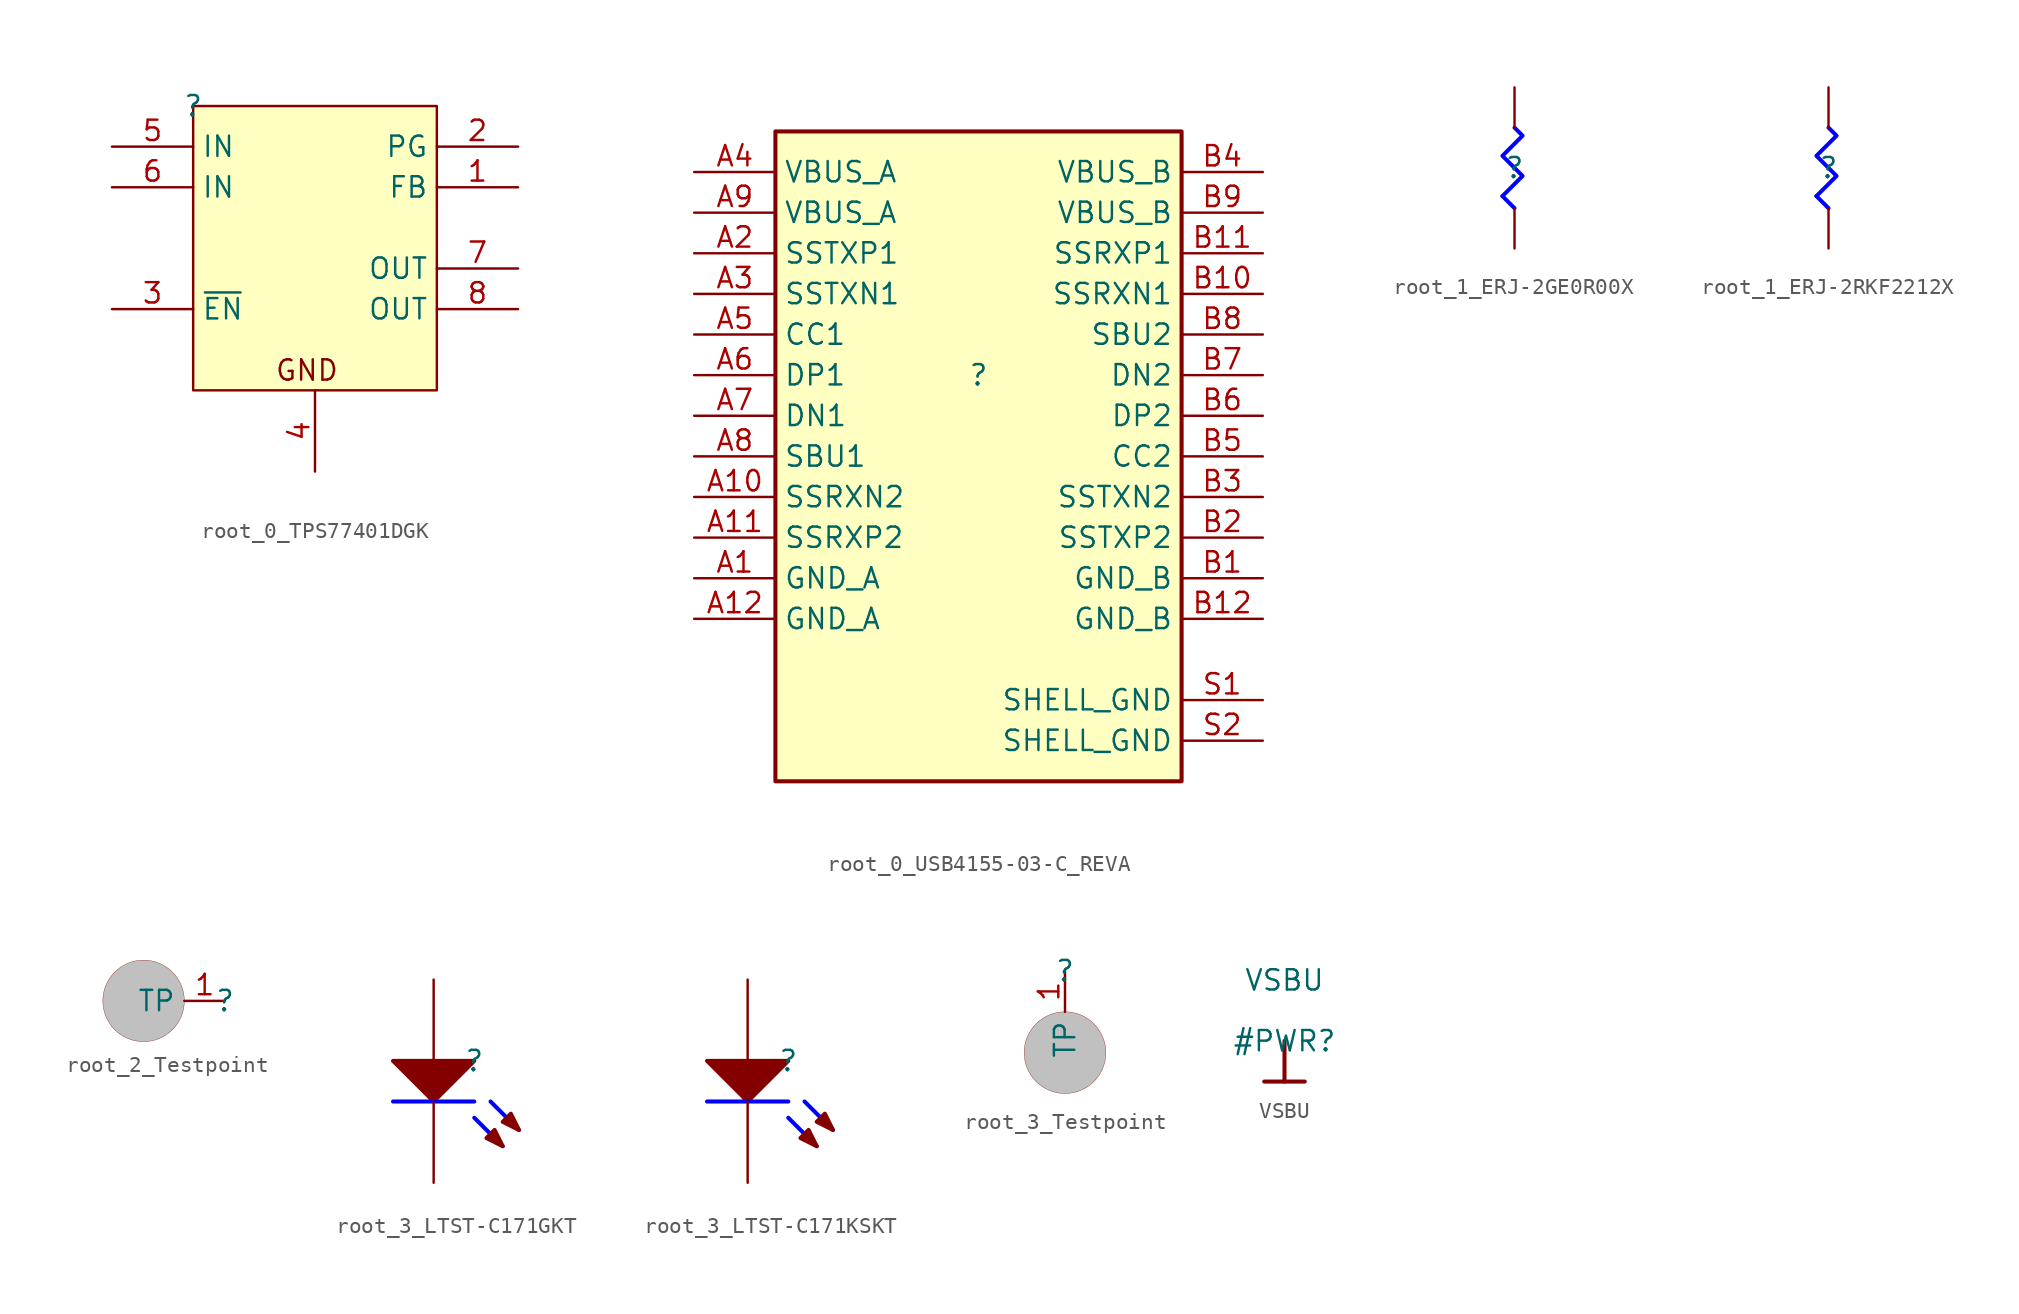
<source format=kicad_sym>
(kicad_symbol_lib
  (version 20220914)
  (generator kicad_symbol_editor)
  (symbol "root_0_TPS77401DGK"
    (property "Reference" ""
      (at 0 0 0)
      (effects (font (size 1.27 1.27))))
    (property "Value" ""
      (at 0 0 0)
      (effects (font (size 1.27 1.27))))
    (symbol "root_0_TPS77401DGK_1_0"
      (rectangle (start 15.24 0) (end 0 -17.78) (stroke (width 0) (type solid)) (fill (type background)))
      (text "GND" (at 5.08 -17.272 0) (effects (font (size 1.27 1.27)) (justify left bottom)))
      (pin input line (at 20.32 -5.08 180) (length 5.08) (name "FB" (effects (font (size 1.27 1.27)))) (number "1" (effects (font (size 1.27 1.27)))))
      (pin tri_state line (at 20.32 -2.54 180) (length 5.08) (name "PG" (effects (font (size 1.27 1.27)))) (number "2" (effects (font (size 1.27 1.27)))))
      (pin input line (at -5.08 -12.7 0) (length 5.08) (name "~{EN}" (effects (font (size 1.27 1.27)))) (number "3" (effects (font (size 1.27 1.27)))))
      (pin power_in line (at 7.62 -22.86 90) (length 5.08) (name "GND" (effects (font (size 0 0)))) (number "4" (effects (font (size 1.27 1.27)))))
      (pin power_in line (at -5.08 -2.54 0) (length 5.08) (name "IN" (effects (font (size 1.27 1.27)))) (number "5" (effects (font (size 1.27 1.27)))))
      (pin power_in line (at -5.08 -5.08 0) (length 5.08) (name "IN" (effects (font (size 1.27 1.27)))) (number "6" (effects (font (size 1.27 1.27)))))
      (pin power_in line (at 20.32 -10.16 180) (length 5.08) (name "OUT" (effects (font (size 1.27 1.27)))) (number "7" (effects (font (size 1.27 1.27)))))
      (pin power_in line (at 20.32 -12.7 180) (length 5.08) (name "OUT" (effects (font (size 1.27 1.27)))) (number "8" (effects (font (size 1.27 1.27)))))))
  (symbol "root_0_USB4155-03-C_REVA"
    (property "Reference" ""
      (at 0 0 0)
      (effects (font (size 1.27 1.27))))
    (property "Value" ""
      (at 0 0 0)
      (effects (font (size 1.27 1.27))))
    (symbol "root_0_USB4155-03-C_REVA_1_0"
      (rectangle (start 12.7 15.24) (end -12.7 -25.4) (stroke (width 0.254) (type solid)) (fill (type background)))
      (pin power_in line (at -17.78 -12.7 0) (length 5.08) (name "GND_A" (effects (font (size 1.27 1.27)))) (number "A1" (effects (font (size 1.27 1.27)))))
      (pin bidirectional line (at -17.78 -7.62 0) (length 5.08) (name "SSRXN2" (effects (font (size 1.27 1.27)))) (number "A10" (effects (font (size 1.27 1.27)))))
      (pin bidirectional line (at -17.78 -10.16 0) (length 5.08) (name "SSRXP2" (effects (font (size 1.27 1.27)))) (number "A11" (effects (font (size 1.27 1.27)))))
      (pin power_in line (at -17.78 -15.24 0) (length 5.08) (name "GND_A" (effects (font (size 1.27 1.27)))) (number "A12" (effects (font (size 1.27 1.27)))))
      (pin bidirectional line (at -17.78 7.62 0) (length 5.08) (name "SSTXP1" (effects (font (size 1.27 1.27)))) (number "A2" (effects (font (size 1.27 1.27)))))
      (pin bidirectional line (at -17.78 5.08 0) (length 5.08) (name "SSTXN1" (effects (font (size 1.27 1.27)))) (number "A3" (effects (font (size 1.27 1.27)))))
      (pin power_in line (at -17.78 12.7 0) (length 5.08) (name "VBUS_A" (effects (font (size 1.27 1.27)))) (number "A4" (effects (font (size 1.27 1.27)))))
      (pin bidirectional line (at -17.78 2.54 0) (length 5.08) (name "CC1" (effects (font (size 1.27 1.27)))) (number "A5" (effects (font (size 1.27 1.27)))))
      (pin bidirectional line (at -17.78 0 0) (length 5.08) (name "DP1" (effects (font (size 1.27 1.27)))) (number "A6" (effects (font (size 1.27 1.27)))))
      (pin bidirectional line (at -17.78 -2.54 0) (length 5.08) (name "DN1" (effects (font (size 1.27 1.27)))) (number "A7" (effects (font (size 1.27 1.27)))))
      (pin bidirectional line (at -17.78 -5.08 0) (length 5.08) (name "SBU1" (effects (font (size 1.27 1.27)))) (number "A8" (effects (font (size 1.27 1.27)))))
      (pin power_in line (at -17.78 10.16 0) (length 5.08) (name "VBUS_A" (effects (font (size 1.27 1.27)))) (number "A9" (effects (font (size 1.27 1.27)))))
      (pin power_in line (at 17.78 -12.7 180) (length 5.08) (name "GND_B" (effects (font (size 1.27 1.27)))) (number "B1" (effects (font (size 1.27 1.27)))))
      (pin bidirectional line (at 17.78 5.08 180) (length 5.08) (name "SSRXN1" (effects (font (size 1.27 1.27)))) (number "B10" (effects (font (size 1.27 1.27)))))
      (pin bidirectional line (at 17.78 7.62 180) (length 5.08) (name "SSRXP1" (effects (font (size 1.27 1.27)))) (number "B11" (effects (font (size 1.27 1.27)))))
      (pin power_in line (at 17.78 -15.24 180) (length 5.08) (name "GND_B" (effects (font (size 1.27 1.27)))) (number "B12" (effects (font (size 1.27 1.27)))))
      (pin bidirectional line (at 17.78 -10.16 180) (length 5.08) (name "SSTXP2" (effects (font (size 1.27 1.27)))) (number "B2" (effects (font (size 1.27 1.27)))))
      (pin bidirectional line (at 17.78 -7.62 180) (length 5.08) (name "SSTXN2" (effects (font (size 1.27 1.27)))) (number "B3" (effects (font (size 1.27 1.27)))))
      (pin power_in line (at 17.78 12.7 180) (length 5.08) (name "VBUS_B" (effects (font (size 1.27 1.27)))) (number "B4" (effects (font (size 1.27 1.27)))))
      (pin bidirectional line (at 17.78 -5.08 180) (length 5.08) (name "CC2" (effects (font (size 1.27 1.27)))) (number "B5" (effects (font (size 1.27 1.27)))))
      (pin bidirectional line (at 17.78 -2.54 180) (length 5.08) (name "DP2" (effects (font (size 1.27 1.27)))) (number "B6" (effects (font (size 1.27 1.27)))))
      (pin bidirectional line (at 17.78 0 180) (length 5.08) (name "DN2" (effects (font (size 1.27 1.27)))) (number "B7" (effects (font (size 1.27 1.27)))))
      (pin bidirectional line (at 17.78 2.54 180) (length 5.08) (name "SBU2" (effects (font (size 1.27 1.27)))) (number "B8" (effects (font (size 1.27 1.27)))))
      (pin power_in line (at 17.78 10.16 180) (length 5.08) (name "VBUS_B" (effects (font (size 1.27 1.27)))) (number "B9" (effects (font (size 1.27 1.27)))))
      (pin power_in line (at 17.78 -20.32 180) (length 5.08) (name "SHELL_GND" (effects (font (size 1.27 1.27)))) (number "S1" (effects (font (size 1.27 1.27)))))
      (pin power_in line (at 17.78 -22.86 180) (length 5.08) (name "SHELL_GND" (effects (font (size 1.27 1.27)))) (number "S2" (effects (font (size 1.27 1.27)))))))
  (symbol "root_1_ERJ-2GE0R00X"
    (property "Reference" ""
      (at 0 0 0)
      (effects (font (size 1.27 1.27))))
    (property "Value" ""
      (at 0 0 0)
      (effects (font (size 1.27 1.27))))
    (symbol "root_1_ERJ-2GE0R00X_1_0"
      (polyline (pts (xy -0.762 -1.778) (xy 0 -2.54)) (stroke (width 0.254) (type solid) (color 0 0 255 1)) (fill (type none)))
      (polyline (pts (xy -0.762 -1.778) (xy 0.508 -0.508) (xy -0.762 0.762) (xy 0.508 2.032) (xy 0 2.54)) (stroke (width 0.254) (type solid) (color 0 0 255 1)) (fill (type none)))
      (pin passive line (at 0 -5.08 90) (length 2.54) (name "1" (effects (font (size 0 0)))) (number "1" (effects (font (size 0 0)))))
      (pin passive line (at 0 5.08 270) (length 2.54) (name "2" (effects (font (size 0 0)))) (number "2" (effects (font (size 0 0)))))))
  (symbol "root_1_ERJ-2RKF2212X"
    (property "Reference" ""
      (at 0 0 0)
      (effects (font (size 1.27 1.27))))
    (property "Value" ""
      (at 0 0 0)
      (effects (font (size 1.27 1.27))))
    (symbol "root_1_ERJ-2RKF2212X_1_0"
      (polyline (pts (xy -0.762 -1.778) (xy 0 -2.54)) (stroke (width 0.254) (type solid) (color 0 0 255 1)) (fill (type none)))
      (polyline (pts (xy -0.762 -1.778) (xy 0.508 -0.508) (xy -0.762 0.762) (xy 0.508 2.032) (xy 0 2.54)) (stroke (width 0.254) (type solid) (color 0 0 255 1)) (fill (type none)))
      (pin passive line (at 0 -5.08 90) (length 2.54) (name "1" (effects (font (size 0 0)))) (number "1" (effects (font (size 0 0)))))
      (pin passive line (at 0 5.08 270) (length 2.54) (name "2" (effects (font (size 0 0)))) (number "2" (effects (font (size 0 0)))))))
  (symbol "root_2_Testpoint"
    (property "Reference" ""
      (at 0 0 0)
      (effects (font (size 1.27 1.27))))
    (property "Value" ""
      (at 0 0 0)
      (effects (font (size 1.27 1.27))))
    (symbol "root_2_Testpoint_1_0"
      (circle (center -5.08 0) (radius 2.54) (stroke (width 0.0001) (type solid)) (fill (type color) (color 192 192 192 1)))
      (pin passive line (at 0 0 180) (length 2.54) (name "TP" (effects (font (size 1.27 1.27)))) (number "1" (effects (font (size 1.27 1.27)))))))
  (symbol "root_3_LTST-C171GKT"
    (property "Reference" ""
      (at 0 0 0)
      (effects (font (size 1.27 1.27))))
    (property "Value" ""
      (at 0 0 0)
      (effects (font (size 1.27 1.27))))
    (symbol "root_3_LTST-C171GKT_1_0"
      (polyline (pts (xy 0 -3.556) (xy 1.778 -5.334)) (stroke (width 0.254) (type solid) (color 0 0 255 1)) (fill (type none)))
      (polyline (pts (xy 0 -2.54) (xy -5.08 -2.54)) (stroke (width 0.254) (type solid) (color 0 0 255 1)) (fill (type none)))
      (polyline (pts (xy 1.016 -2.54) (xy 2.794 -4.318)) (stroke (width 0.254) (type solid) (color 0 0 255 1)) (fill (type none)))
      (polyline (pts (xy -5.08 0) (xy -2.54 -2.54) (xy 0 0) (xy -5.08 0)) (stroke (width 0.254) (type solid)) (fill (type outline)))
      (polyline (pts (xy 1.778 -5.334) (xy 1.27 -4.318) (xy 0.762 -4.826) (xy 1.778 -5.334)) (stroke (width 0.254) (type solid)) (fill (type outline)))
      (polyline (pts (xy 2.794 -4.318) (xy 2.286 -3.302) (xy 1.778 -3.81) (xy 2.794 -4.318)) (stroke (width 0.254) (type solid)) (fill (type outline)))
      (pin passive line (at -2.54 5.08 270) (length 5.08) (name "A" (effects (font (size 0 0)))) (number "1" (effects (font (size 0 0)))))
      (pin passive line (at -2.54 -7.62 90) (length 5.08) (name "K" (effects (font (size 0 0)))) (number "2" (effects (font (size 0 0)))))))
  (symbol "root_3_LTST-C171KSKT"
    (property "Reference" ""
      (at 0 0 0)
      (effects (font (size 1.27 1.27))))
    (property "Value" ""
      (at 0 0 0)
      (effects (font (size 1.27 1.27))))
    (symbol "root_3_LTST-C171KSKT_1_0"
      (polyline (pts (xy 0 -3.556) (xy 1.778 -5.334)) (stroke (width 0.254) (type solid) (color 0 0 255 1)) (fill (type none)))
      (polyline (pts (xy 0 -2.54) (xy -5.08 -2.54)) (stroke (width 0.254) (type solid) (color 0 0 255 1)) (fill (type none)))
      (polyline (pts (xy 1.016 -2.54) (xy 2.794 -4.318)) (stroke (width 0.254) (type solid) (color 0 0 255 1)) (fill (type none)))
      (polyline (pts (xy -5.08 0) (xy -2.54 -2.54) (xy 0 0) (xy -5.08 0)) (stroke (width 0.254) (type solid)) (fill (type outline)))
      (polyline (pts (xy 1.778 -5.334) (xy 1.27 -4.318) (xy 0.762 -4.826) (xy 1.778 -5.334)) (stroke (width 0.254) (type solid)) (fill (type outline)))
      (polyline (pts (xy 2.794 -4.318) (xy 2.286 -3.302) (xy 1.778 -3.81) (xy 2.794 -4.318)) (stroke (width 0.254) (type solid)) (fill (type outline)))
      (pin passive line (at -2.54 5.08 270) (length 5.08) (name "A" (effects (font (size 0 0)))) (number "1" (effects (font (size 0 0)))))
      (pin passive line (at -2.54 -7.62 90) (length 5.08) (name "K" (effects (font (size 0 0)))) (number "2" (effects (font (size 0 0)))))))
  (symbol "root_3_Testpoint"
    (property "Reference" ""
      (at 0 0 0)
      (effects (font (size 1.27 1.27))))
    (property "Value" ""
      (at 0 0 0)
      (effects (font (size 1.27 1.27))))
    (symbol "root_3_Testpoint_1_0"
      (circle (center 0 -5.08) (radius 2.54) (stroke (width 0.0001) (type solid)) (fill (type color) (color 192 192 192 1)))
      (pin passive line (at 0 0 270) (length 2.54) (name "TP" (effects (font (size 1.27 1.27)))) (number "1" (effects (font (size 1.27 1.27)))))))
  (symbol "VSBU"
    (power)
    (property "Reference" "#PWR"
      (at 0 0 0)
      (effects (font (size 1.27 1.27))))
    (property "Value" "VSBU"
      (at 0 3.81 0)
      (effects (font (size 1.27 1.27))))
    (symbol "VSBU_0_0"
      (polyline (pts (xy -1.27 -2.54) (xy 1.27 -2.54)) (stroke (width 0.254) (type solid)) (fill (type none)))
      (polyline (pts (xy 0 0) (xy 0 -2.54)) (stroke (width 0.254) (type solid)) (fill (type none)))
      (pin power_in line (at 0 0 0) (length 0) hide (name "VSBU" (effects (font (size 1.27 1.27)))) (number "" (effects (font (size 1.27 1.27))))))))
</source>
